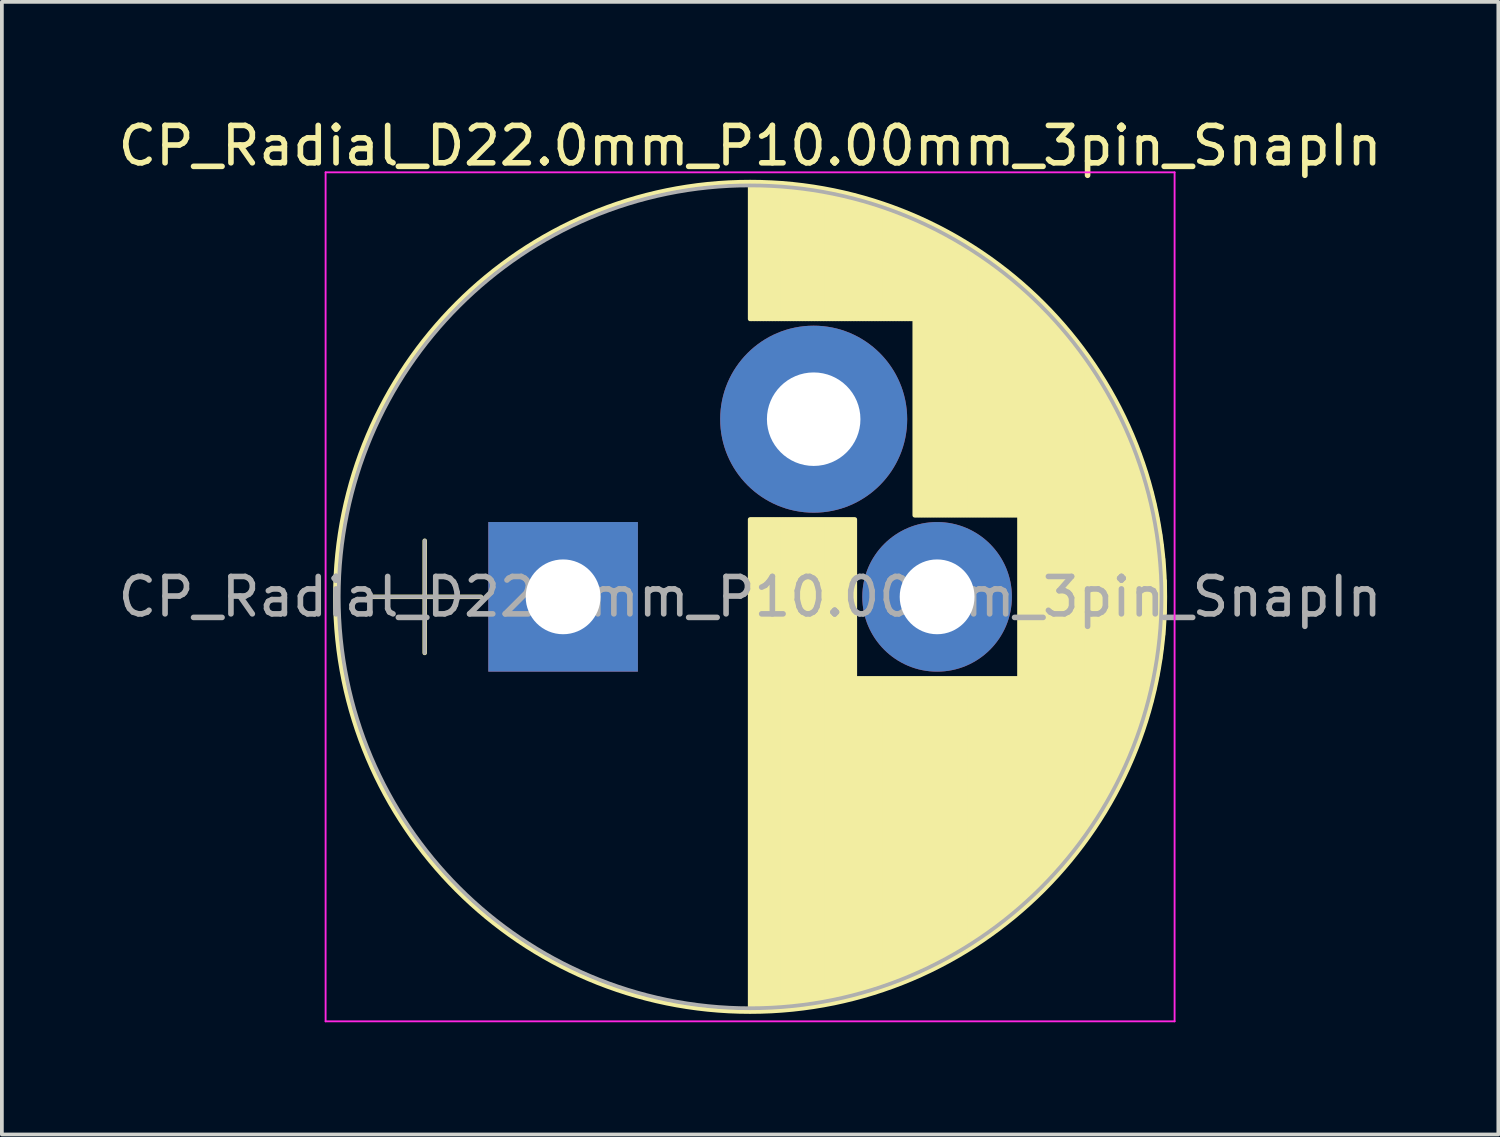
<source format=kicad_pcb>
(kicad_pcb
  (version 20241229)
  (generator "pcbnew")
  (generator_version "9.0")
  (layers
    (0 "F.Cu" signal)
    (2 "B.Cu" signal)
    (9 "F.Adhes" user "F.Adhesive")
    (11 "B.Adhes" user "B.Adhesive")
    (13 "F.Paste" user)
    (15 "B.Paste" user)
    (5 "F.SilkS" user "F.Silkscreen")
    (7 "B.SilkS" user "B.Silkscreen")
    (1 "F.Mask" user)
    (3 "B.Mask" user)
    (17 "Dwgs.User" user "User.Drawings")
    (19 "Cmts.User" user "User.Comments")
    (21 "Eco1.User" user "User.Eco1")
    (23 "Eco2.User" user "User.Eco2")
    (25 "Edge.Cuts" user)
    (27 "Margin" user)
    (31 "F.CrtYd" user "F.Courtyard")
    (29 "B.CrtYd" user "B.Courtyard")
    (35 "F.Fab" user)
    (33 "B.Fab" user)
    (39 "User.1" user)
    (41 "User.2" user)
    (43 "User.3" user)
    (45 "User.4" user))
  (footprint "CP_Radial_D22.0mm_P10.00mm_3pin_SnapIn"
    (layer "F.Cu")
    (at 12.006 12.908)
    (property "Reference" "CP_Radial_D22.0mm_P10.00mm_3pin_SnapIn" (at 5 -12.06 0) (layer "F.SilkS") (effects (font (size 1 1) (thickness 0.15))))
    (attr through_hole)
    (fp_line (start -5.2 0) (end -2.2 0) (stroke (width 0.12) (type solid)) (layer "F.SilkS"))
    (fp_line (start -3.7 -1.5) (end -3.7 1.5) (stroke (width 0.12) (type solid)) (layer "F.SilkS"))
    (fp_line (start 5 -11.05) (end 5 -7.43) (stroke (width 0.12) (type solid)) (layer "F.SilkS"))
    (fp_line (start 5 -2.07) (end 5 11.05) (stroke (width 0.12) (type solid)) (layer "F.SilkS"))
    (fp_line (start 5.04 -11.05) (end 5.04 -7.43) (stroke (width 0.12) (type solid)) (layer "F.SilkS"))
    (fp_line (start 5.04 -2.07) (end 5.04 11.05) (stroke (width 0.12) (type solid)) (layer "F.SilkS"))
    (fp_line (start 5.08 -11.05) (end 5.08 -7.43) (stroke (width 0.12) (type solid)) (layer "F.SilkS"))
    (fp_line (start 5.08 -2.07) (end 5.08 11.05) (stroke (width 0.12) (type solid)) (layer "F.SilkS"))
    (fp_line (start 5.12 -11.05) (end 5.12 -7.43) (stroke (width 0.12) (type solid)) (layer "F.SilkS"))
    (fp_line (start 5.12 -2.07) (end 5.12 11.05) (stroke (width 0.12) (type solid)) (layer "F.SilkS"))
    (fp_line (start 5.16 -11.049) (end 5.16 -7.43) (stroke (width 0.12) (type solid)) (layer "F.SilkS"))
    (fp_line (start 5.16 -2.07) (end 5.16 11.049) (stroke (width 0.12) (type solid)) (layer "F.SilkS"))
    (fp_line (start 5.2 -11.049) (end 5.2 -7.43) (stroke (width 0.12) (type solid)) (layer "F.SilkS"))
    (fp_line (start 5.2 -2.07) (end 5.2 11.049) (stroke (width 0.12) (type solid)) (layer "F.SilkS"))
    (fp_line (start 5.24 -11.048) (end 5.24 -7.43) (stroke (width 0.12) (type solid)) (layer "F.SilkS"))
    (fp_line (start 5.24 -2.07) (end 5.24 11.048) (stroke (width 0.12) (type solid)) (layer "F.SilkS"))
    (fp_line (start 5.28 -11.047) (end 5.28 -7.43) (stroke (width 0.12) (type solid)) (layer "F.SilkS"))
    (fp_line (start 5.28 -2.07) (end 5.28 11.047) (stroke (width 0.12) (type solid)) (layer "F.SilkS"))
    (fp_line (start 5.32 -11.046) (end 5.32 -7.43) (stroke (width 0.12) (type solid)) (layer "F.SilkS"))
    (fp_line (start 5.32 -2.07) (end 5.32 11.046) (stroke (width 0.12) (type solid)) (layer "F.SilkS"))
    (fp_line (start 5.36 -11.045) (end 5.36 -7.43) (stroke (width 0.12) (type solid)) (layer "F.SilkS"))
    (fp_line (start 5.36 -2.07) (end 5.36 11.045) (stroke (width 0.12) (type solid)) (layer "F.SilkS"))
    (fp_line (start 5.4 -11.043) (end 5.4 -7.43) (stroke (width 0.12) (type solid)) (layer "F.SilkS"))
    (fp_line (start 5.4 -2.07) (end 5.4 11.043) (stroke (width 0.12) (type solid)) (layer "F.SilkS"))
    (fp_line (start 5.44 -11.042) (end 5.44 -7.43) (stroke (width 0.12) (type solid)) (layer "F.SilkS"))
    (fp_line (start 5.44 -2.07) (end 5.44 11.042) (stroke (width 0.12) (type solid)) (layer "F.SilkS"))
    (fp_line (start 5.48 -11.04) (end 5.48 -7.43) (stroke (width 0.12) (type solid)) (layer "F.SilkS"))
    (fp_line (start 5.48 -2.07) (end 5.48 11.04) (stroke (width 0.12) (type solid)) (layer "F.SilkS"))
    (fp_line (start 5.52 -11.038) (end 5.52 -7.43) (stroke (width 0.12) (type solid)) (layer "F.SilkS"))
    (fp_line (start 5.52 -2.07) (end 5.52 11.038) (stroke (width 0.12) (type solid)) (layer "F.SilkS"))
    (fp_line (start 5.56 -11.036) (end 5.56 -7.43) (stroke (width 0.12) (type solid)) (layer "F.SilkS"))
    (fp_line (start 5.56 -2.07) (end 5.56 11.036) (stroke (width 0.12) (type solid)) (layer "F.SilkS"))
    (fp_line (start 5.6 -11.034) (end 5.6 -7.43) (stroke (width 0.12) (type solid)) (layer "F.SilkS"))
    (fp_line (start 5.6 -2.07) (end 5.6 11.034) (stroke (width 0.12) (type solid)) (layer "F.SilkS"))
    (fp_line (start 5.64 -11.032) (end 5.64 -7.43) (stroke (width 0.12) (type solid)) (layer "F.SilkS"))
    (fp_line (start 5.64 -2.07) (end 5.64 11.032) (stroke (width 0.12) (type solid)) (layer "F.SilkS"))
    (fp_line (start 5.68 -11.03) (end 5.68 -7.43) (stroke (width 0.12) (type solid)) (layer "F.SilkS"))
    (fp_line (start 5.68 -2.07) (end 5.68 11.03) (stroke (width 0.12) (type solid)) (layer "F.SilkS"))
    (fp_line (start 5.721 -11.027) (end 5.721 -7.43) (stroke (width 0.12) (type solid)) (layer "F.SilkS"))
    (fp_line (start 5.721 -2.07) (end 5.721 11.027) (stroke (width 0.12) (type solid)) (layer "F.SilkS"))
    (fp_line (start 5.761 -11.024) (end 5.761 -7.43) (stroke (width 0.12) (type solid)) (layer "F.SilkS"))
    (fp_line (start 5.761 -2.07) (end 5.761 11.024) (stroke (width 0.12) (type solid)) (layer "F.SilkS"))
    (fp_line (start 5.801 -11.022) (end 5.801 -7.43) (stroke (width 0.12) (type solid)) (layer "F.SilkS"))
    (fp_line (start 5.801 -2.07) (end 5.801 11.022) (stroke (width 0.12) (type solid)) (layer "F.SilkS"))
    (fp_line (start 5.841 -11.019) (end 5.841 -7.43) (stroke (width 0.12) (type solid)) (layer "F.SilkS"))
    (fp_line (start 5.841 -2.07) (end 5.841 11.019) (stroke (width 0.12) (type solid)) (layer "F.SilkS"))
    (fp_line (start 5.881 -11.016) (end 5.881 -7.43) (stroke (width 0.12) (type solid)) (layer "F.SilkS"))
    (fp_line (start 5.881 -2.07) (end 5.881 11.016) (stroke (width 0.12) (type solid)) (layer "F.SilkS"))
    (fp_line (start 5.921 -11.012) (end 5.921 -7.43) (stroke (width 0.12) (type solid)) (layer "F.SilkS"))
    (fp_line (start 5.921 -2.07) (end 5.921 11.012) (stroke (width 0.12) (type solid)) (layer "F.SilkS"))
    (fp_line (start 5.961 -11.009) (end 5.961 -7.43) (stroke (width 0.12) (type solid)) (layer "F.SilkS"))
    (fp_line (start 5.961 -2.07) (end 5.961 11.009) (stroke (width 0.12) (type solid)) (layer "F.SilkS"))
    (fp_line (start 6.001 -11.005) (end 6.001 -7.43) (stroke (width 0.12) (type solid)) (layer "F.SilkS"))
    (fp_line (start 6.001 -2.07) (end 6.001 11.005) (stroke (width 0.12) (type solid)) (layer "F.SilkS"))
    (fp_line (start 6.041 -11.002) (end 6.041 -7.43) (stroke (width 0.12) (type solid)) (layer "F.SilkS"))
    (fp_line (start 6.041 -2.07) (end 6.041 11.002) (stroke (width 0.12) (type solid)) (layer "F.SilkS"))
    (fp_line (start 6.081 -10.998) (end 6.081 -7.43) (stroke (width 0.12) (type solid)) (layer "F.SilkS"))
    (fp_line (start 6.081 -2.07) (end 6.081 10.998) (stroke (width 0.12) (type solid)) (layer "F.SilkS"))
    (fp_line (start 6.121 -10.994) (end 6.121 -7.43) (stroke (width 0.12) (type solid)) (layer "F.SilkS"))
    (fp_line (start 6.121 -2.07) (end 6.121 10.994) (stroke (width 0.12) (type solid)) (layer "F.SilkS"))
    (fp_line (start 6.161 -10.99) (end 6.161 -7.43) (stroke (width 0.12) (type solid)) (layer "F.SilkS"))
    (fp_line (start 6.161 -2.07) (end 6.161 10.99) (stroke (width 0.12) (type solid)) (layer "F.SilkS"))
    (fp_line (start 6.201 -10.985) (end 6.201 -7.43) (stroke (width 0.12) (type solid)) (layer "F.SilkS"))
    (fp_line (start 6.201 -2.07) (end 6.201 10.985) (stroke (width 0.12) (type solid)) (layer "F.SilkS"))
    (fp_line (start 6.241 -10.981) (end 6.241 -7.43) (stroke (width 0.12) (type solid)) (layer "F.SilkS"))
    (fp_line (start 6.241 -2.07) (end 6.241 10.981) (stroke (width 0.12) (type solid)) (layer "F.SilkS"))
    (fp_line (start 6.281 -10.976) (end 6.281 -7.43) (stroke (width 0.12) (type solid)) (layer "F.SilkS"))
    (fp_line (start 6.281 -2.07) (end 6.281 10.976) (stroke (width 0.12) (type solid)) (layer "F.SilkS"))
    (fp_line (start 6.321 -10.972) (end 6.321 -7.43) (stroke (width 0.12) (type solid)) (layer "F.SilkS"))
    (fp_line (start 6.321 -2.07) (end 6.321 10.972) (stroke (width 0.12) (type solid)) (layer "F.SilkS"))
    (fp_line (start 6.361 -10.967) (end 6.361 -7.43) (stroke (width 0.12) (type solid)) (layer "F.SilkS"))
    (fp_line (start 6.361 -2.07) (end 6.361 10.967) (stroke (width 0.12) (type solid)) (layer "F.SilkS"))
    (fp_line (start 6.401 -10.962) (end 6.401 -7.43) (stroke (width 0.12) (type solid)) (layer "F.SilkS"))
    (fp_line (start 6.401 -2.07) (end 6.401 10.962) (stroke (width 0.12) (type solid)) (layer "F.SilkS"))
    (fp_line (start 6.441 -10.957) (end 6.441 -7.43) (stroke (width 0.12) (type solid)) (layer "F.SilkS"))
    (fp_line (start 6.441 -2.07) (end 6.441 10.957) (stroke (width 0.12) (type solid)) (layer "F.SilkS"))
    (fp_line (start 6.481 -10.951) (end 6.481 -7.43) (stroke (width 0.12) (type solid)) (layer "F.SilkS"))
    (fp_line (start 6.481 -2.07) (end 6.481 10.951) (stroke (width 0.12) (type solid)) (layer "F.SilkS"))
    (fp_line (start 6.521 -10.946) (end 6.521 -7.43) (stroke (width 0.12) (type solid)) (layer "F.SilkS"))
    (fp_line (start 6.521 -2.07) (end 6.521 10.946) (stroke (width 0.12) (type solid)) (layer "F.SilkS"))
    (fp_line (start 6.561 -10.94) (end 6.561 -7.43) (stroke (width 0.12) (type solid)) (layer "F.SilkS"))
    (fp_line (start 6.561 -2.07) (end 6.561 10.94) (stroke (width 0.12) (type solid)) (layer "F.SilkS"))
    (fp_line (start 6.601 -10.934) (end 6.601 -7.43) (stroke (width 0.12) (type solid)) (layer "F.SilkS"))
    (fp_line (start 6.601 -2.07) (end 6.601 10.934) (stroke (width 0.12) (type solid)) (layer "F.SilkS"))
    (fp_line (start 6.641 -10.929) (end 6.641 -7.43) (stroke (width 0.12) (type solid)) (layer "F.SilkS"))
    (fp_line (start 6.641 -2.07) (end 6.641 10.929) (stroke (width 0.12) (type solid)) (layer "F.SilkS"))
    (fp_line (start 6.681 -10.923) (end 6.681 -7.43) (stroke (width 0.12) (type solid)) (layer "F.SilkS"))
    (fp_line (start 6.681 -2.07) (end 6.681 10.923) (stroke (width 0.12) (type solid)) (layer "F.SilkS"))
    (fp_line (start 6.721 -10.916) (end 6.721 -7.43) (stroke (width 0.12) (type solid)) (layer "F.SilkS"))
    (fp_line (start 6.721 -2.07) (end 6.721 10.916) (stroke (width 0.12) (type solid)) (layer "F.SilkS"))
    (fp_line (start 6.761 -10.91) (end 6.761 -7.43) (stroke (width 0.12) (type solid)) (layer "F.SilkS"))
    (fp_line (start 6.761 -2.07) (end 6.761 10.91) (stroke (width 0.12) (type solid)) (layer "F.SilkS"))
    (fp_line (start 6.801 -10.903) (end 6.801 -7.43) (stroke (width 0.12) (type solid)) (layer "F.SilkS"))
    (fp_line (start 6.801 -2.07) (end 6.801 10.903) (stroke (width 0.12) (type solid)) (layer "F.SilkS"))
    (fp_line (start 6.841 -10.897) (end 6.841 -7.43) (stroke (width 0.12) (type solid)) (layer "F.SilkS"))
    (fp_line (start 6.841 -2.07) (end 6.841 10.897) (stroke (width 0.12) (type solid)) (layer "F.SilkS"))
    (fp_line (start 6.881 -10.89) (end 6.881 -7.43) (stroke (width 0.12) (type solid)) (layer "F.SilkS"))
    (fp_line (start 6.881 -2.07) (end 6.881 10.89) (stroke (width 0.12) (type solid)) (layer "F.SilkS"))
    (fp_line (start 6.921 -10.883) (end 6.921 -7.43) (stroke (width 0.12) (type solid)) (layer "F.SilkS"))
    (fp_line (start 6.921 -2.07) (end 6.921 10.883) (stroke (width 0.12) (type solid)) (layer "F.SilkS"))
    (fp_line (start 6.961 -10.876) (end 6.961 -7.43) (stroke (width 0.12) (type solid)) (layer "F.SilkS"))
    (fp_line (start 6.961 -2.07) (end 6.961 10.876) (stroke (width 0.12) (type solid)) (layer "F.SilkS"))
    (fp_line (start 7.001 -10.869) (end 7.001 -7.43) (stroke (width 0.12) (type solid)) (layer "F.SilkS"))
    (fp_line (start 7.001 -2.07) (end 7.001 10.869) (stroke (width 0.12) (type solid)) (layer "F.SilkS"))
    (fp_line (start 7.041 -10.861) (end 7.041 -7.43) (stroke (width 0.12) (type solid)) (layer "F.SilkS"))
    (fp_line (start 7.041 -2.07) (end 7.041 10.861) (stroke (width 0.12) (type solid)) (layer "F.SilkS"))
    (fp_line (start 7.081 -10.854) (end 7.081 -7.43) (stroke (width 0.12) (type solid)) (layer "F.SilkS"))
    (fp_line (start 7.081 -2.07) (end 7.081 10.854) (stroke (width 0.12) (type solid)) (layer "F.SilkS"))
    (fp_line (start 7.121 -10.846) (end 7.121 -7.43) (stroke (width 0.12) (type solid)) (layer "F.SilkS"))
    (fp_line (start 7.121 -2.07) (end 7.121 10.846) (stroke (width 0.12) (type solid)) (layer "F.SilkS"))
    (fp_line (start 7.161 -10.838) (end 7.161 -7.43) (stroke (width 0.12) (type solid)) (layer "F.SilkS"))
    (fp_line (start 7.161 -2.07) (end 7.161 10.838) (stroke (width 0.12) (type solid)) (layer "F.SilkS"))
    (fp_line (start 7.201 -10.83) (end 7.201 -7.43) (stroke (width 0.12) (type solid)) (layer "F.SilkS"))
    (fp_line (start 7.201 -2.07) (end 7.201 10.83) (stroke (width 0.12) (type solid)) (layer "F.SilkS"))
    (fp_line (start 7.241 -10.822) (end 7.241 -7.43) (stroke (width 0.12) (type solid)) (layer "F.SilkS"))
    (fp_line (start 7.241 -2.07) (end 7.241 10.822) (stroke (width 0.12) (type solid)) (layer "F.SilkS"))
    (fp_line (start 7.281 -10.814) (end 7.281 -7.43) (stroke (width 0.12) (type solid)) (layer "F.SilkS"))
    (fp_line (start 7.281 -2.07) (end 7.281 10.814) (stroke (width 0.12) (type solid)) (layer "F.SilkS"))
    (fp_line (start 7.321 -10.805) (end 7.321 -7.43) (stroke (width 0.12) (type solid)) (layer "F.SilkS"))
    (fp_line (start 7.321 -2.07) (end 7.321 10.805) (stroke (width 0.12) (type solid)) (layer "F.SilkS"))
    (fp_line (start 7.361 -10.796) (end 7.361 -7.43) (stroke (width 0.12) (type solid)) (layer "F.SilkS"))
    (fp_line (start 7.361 -2.07) (end 7.361 10.796) (stroke (width 0.12) (type solid)) (layer "F.SilkS"))
    (fp_line (start 7.401 -10.788) (end 7.401 -7.43) (stroke (width 0.12) (type solid)) (layer "F.SilkS"))
    (fp_line (start 7.401 -2.07) (end 7.401 10.788) (stroke (width 0.12) (type solid)) (layer "F.SilkS"))
    (fp_line (start 7.441 -10.779) (end 7.441 -7.43) (stroke (width 0.12) (type solid)) (layer "F.SilkS"))
    (fp_line (start 7.441 -2.07) (end 7.441 10.779) (stroke (width 0.12) (type solid)) (layer "F.SilkS"))
    (fp_line (start 7.481 -10.77) (end 7.481 -7.43) (stroke (width 0.12) (type solid)) (layer "F.SilkS"))
    (fp_line (start 7.481 -2.07) (end 7.481 10.77) (stroke (width 0.12) (type solid)) (layer "F.SilkS"))
    (fp_line (start 7.521 -10.76) (end 7.521 -7.43) (stroke (width 0.12) (type solid)) (layer "F.SilkS"))
    (fp_line (start 7.521 -2.07) (end 7.521 10.76) (stroke (width 0.12) (type solid)) (layer "F.SilkS"))
    (fp_line (start 7.561 -10.751) (end 7.561 -7.43) (stroke (width 0.12) (type solid)) (layer "F.SilkS"))
    (fp_line (start 7.561 -2.07) (end 7.561 10.751) (stroke (width 0.12) (type solid)) (layer "F.SilkS"))
    (fp_line (start 7.601 -10.741) (end 7.601 -7.43) (stroke (width 0.12) (type solid)) (layer "F.SilkS"))
    (fp_line (start 7.601 -2.07) (end 7.601 10.741) (stroke (width 0.12) (type solid)) (layer "F.SilkS"))
    (fp_line (start 7.641 -10.732) (end 7.641 -7.43) (stroke (width 0.12) (type solid)) (layer "F.SilkS"))
    (fp_line (start 7.641 -2.07) (end 7.641 10.732) (stroke (width 0.12) (type solid)) (layer "F.SilkS"))
    (fp_line (start 7.681 -10.722) (end 7.681 -7.43) (stroke (width 0.12) (type solid)) (layer "F.SilkS"))
    (fp_line (start 7.681 -2.07) (end 7.681 10.722) (stroke (width 0.12) (type solid)) (layer "F.SilkS"))
    (fp_line (start 7.721 -10.712) (end 7.721 -7.43) (stroke (width 0.12) (type solid)) (layer "F.SilkS"))
    (fp_line (start 7.721 -2.07) (end 7.721 10.712) (stroke (width 0.12) (type solid)) (layer "F.SilkS"))
    (fp_line (start 7.761 -10.702) (end 7.761 -7.43) (stroke (width 0.12) (type solid)) (layer "F.SilkS"))
    (fp_line (start 7.761 -2.07) (end 7.761 10.702) (stroke (width 0.12) (type solid)) (layer "F.SilkS"))
    (fp_line (start 7.801 -10.691) (end 7.801 -7.43) (stroke (width 0.12) (type solid)) (layer "F.SilkS"))
    (fp_line (start 7.801 -2.07) (end 7.801 10.691) (stroke (width 0.12) (type solid)) (layer "F.SilkS"))
    (fp_line (start 7.841 -10.681) (end 7.841 -7.43) (stroke (width 0.12) (type solid)) (layer "F.SilkS"))
    (fp_line (start 7.841 2.18) (end 7.841 10.681) (stroke (width 0.12) (type solid)) (layer "F.SilkS"))
    (fp_line (start 7.881 -10.67) (end 7.881 -7.43) (stroke (width 0.12) (type solid)) (layer "F.SilkS"))
    (fp_line (start 7.881 2.18) (end 7.881 10.67) (stroke (width 0.12) (type solid)) (layer "F.SilkS"))
    (fp_line (start 7.921 -10.659) (end 7.921 -7.43) (stroke (width 0.12) (type solid)) (layer "F.SilkS"))
    (fp_line (start 7.921 2.18) (end 7.921 10.659) (stroke (width 0.12) (type solid)) (layer "F.SilkS"))
    (fp_line (start 7.961 -10.648) (end 7.961 -7.43) (stroke (width 0.12) (type solid)) (layer "F.SilkS"))
    (fp_line (start 7.961 2.18) (end 7.961 10.648) (stroke (width 0.12) (type solid)) (layer "F.SilkS"))
    (fp_line (start 8.001 -10.637) (end 8.001 -7.43) (stroke (width 0.12) (type solid)) (layer "F.SilkS"))
    (fp_line (start 8.001 2.18) (end 8.001 10.637) (stroke (width 0.12) (type solid)) (layer "F.SilkS"))
    (fp_line (start 8.041 -10.626) (end 8.041 -7.43) (stroke (width 0.12) (type solid)) (layer "F.SilkS"))
    (fp_line (start 8.041 2.18) (end 8.041 10.626) (stroke (width 0.12) (type solid)) (layer "F.SilkS"))
    (fp_line (start 8.081 -10.614) (end 8.081 -7.43) (stroke (width 0.12) (type solid)) (layer "F.SilkS"))
    (fp_line (start 8.081 2.18) (end 8.081 10.614) (stroke (width 0.12) (type solid)) (layer "F.SilkS"))
    (fp_line (start 8.121 -10.603) (end 8.121 -7.43) (stroke (width 0.12) (type solid)) (layer "F.SilkS"))
    (fp_line (start 8.121 2.18) (end 8.121 10.603) (stroke (width 0.12) (type solid)) (layer "F.SilkS"))
    (fp_line (start 8.161 -10.591) (end 8.161 -7.43) (stroke (width 0.12) (type solid)) (layer "F.SilkS"))
    (fp_line (start 8.161 2.18) (end 8.161 10.591) (stroke (width 0.12) (type solid)) (layer "F.SilkS"))
    (fp_line (start 8.201 -10.579) (end 8.201 -7.43) (stroke (width 0.12) (type solid)) (layer "F.SilkS"))
    (fp_line (start 8.201 2.18) (end 8.201 10.579) (stroke (width 0.12) (type solid)) (layer "F.SilkS"))
    (fp_line (start 8.241 -10.567) (end 8.241 -7.43) (stroke (width 0.12) (type solid)) (layer "F.SilkS"))
    (fp_line (start 8.241 2.18) (end 8.241 10.567) (stroke (width 0.12) (type solid)) (layer "F.SilkS"))
    (fp_line (start 8.281 -10.554) (end 8.281 -7.43) (stroke (width 0.12) (type solid)) (layer "F.SilkS"))
    (fp_line (start 8.281 2.18) (end 8.281 10.554) (stroke (width 0.12) (type solid)) (layer "F.SilkS"))
    (fp_line (start 8.321 -10.542) (end 8.321 -7.43) (stroke (width 0.12) (type solid)) (layer "F.SilkS"))
    (fp_line (start 8.321 2.18) (end 8.321 10.542) (stroke (width 0.12) (type solid)) (layer "F.SilkS"))
    (fp_line (start 8.361 -10.529) (end 8.361 -7.43) (stroke (width 0.12) (type solid)) (layer "F.SilkS"))
    (fp_line (start 8.361 2.18) (end 8.361 10.529) (stroke (width 0.12) (type solid)) (layer "F.SilkS"))
    (fp_line (start 8.401 -10.516) (end 8.401 -7.43) (stroke (width 0.12) (type solid)) (layer "F.SilkS"))
    (fp_line (start 8.401 2.18) (end 8.401 10.516) (stroke (width 0.12) (type solid)) (layer "F.SilkS"))
    (fp_line (start 8.441 -10.503) (end 8.441 -7.43) (stroke (width 0.12) (type solid)) (layer "F.SilkS"))
    (fp_line (start 8.441 2.18) (end 8.441 10.503) (stroke (width 0.12) (type solid)) (layer "F.SilkS"))
    (fp_line (start 8.481 -10.49) (end 8.481 -7.43) (stroke (width 0.12) (type solid)) (layer "F.SilkS"))
    (fp_line (start 8.481 2.18) (end 8.481 10.49) (stroke (width 0.12) (type solid)) (layer "F.SilkS"))
    (fp_line (start 8.521 -10.477) (end 8.521 -7.43) (stroke (width 0.12) (type solid)) (layer "F.SilkS"))
    (fp_line (start 8.521 2.18) (end 8.521 10.477) (stroke (width 0.12) (type solid)) (layer "F.SilkS"))
    (fp_line (start 8.561 -10.464) (end 8.561 -7.43) (stroke (width 0.12) (type solid)) (layer "F.SilkS"))
    (fp_line (start 8.561 2.18) (end 8.561 10.464) (stroke (width 0.12) (type solid)) (layer "F.SilkS"))
    (fp_line (start 8.601 -10.45) (end 8.601 -7.43) (stroke (width 0.12) (type solid)) (layer "F.SilkS"))
    (fp_line (start 8.601 2.18) (end 8.601 10.45) (stroke (width 0.12) (type solid)) (layer "F.SilkS"))
    (fp_line (start 8.641 -10.436) (end 8.641 -7.43) (stroke (width 0.12) (type solid)) (layer "F.SilkS"))
    (fp_line (start 8.641 2.18) (end 8.641 10.436) (stroke (width 0.12) (type solid)) (layer "F.SilkS"))
    (fp_line (start 8.681 -10.422) (end 8.681 -7.43) (stroke (width 0.12) (type solid)) (layer "F.SilkS"))
    (fp_line (start 8.681 2.18) (end 8.681 10.422) (stroke (width 0.12) (type solid)) (layer "F.SilkS"))
    (fp_line (start 8.721 -10.408) (end 8.721 -7.43) (stroke (width 0.12) (type solid)) (layer "F.SilkS"))
    (fp_line (start 8.721 2.18) (end 8.721 10.408) (stroke (width 0.12) (type solid)) (layer "F.SilkS"))
    (fp_line (start 8.761 -10.394) (end 8.761 -7.43) (stroke (width 0.12) (type solid)) (layer "F.SilkS"))
    (fp_line (start 8.761 2.18) (end 8.761 10.394) (stroke (width 0.12) (type solid)) (layer "F.SilkS"))
    (fp_line (start 8.801 -10.379) (end 8.801 -7.43) (stroke (width 0.12) (type solid)) (layer "F.SilkS"))
    (fp_line (start 8.801 2.18) (end 8.801 10.379) (stroke (width 0.12) (type solid)) (layer "F.SilkS"))
    (fp_line (start 8.841 -10.364) (end 8.841 -7.43) (stroke (width 0.12) (type solid)) (layer "F.SilkS"))
    (fp_line (start 8.841 2.18) (end 8.841 10.364) (stroke (width 0.12) (type solid)) (layer "F.SilkS"))
    (fp_line (start 8.881 -10.35) (end 8.881 -7.43) (stroke (width 0.12) (type solid)) (layer "F.SilkS"))
    (fp_line (start 8.881 2.18) (end 8.881 10.35) (stroke (width 0.12) (type solid)) (layer "F.SilkS"))
    (fp_line (start 8.921 -10.335) (end 8.921 -7.43) (stroke (width 0.12) (type solid)) (layer "F.SilkS"))
    (fp_line (start 8.921 2.18) (end 8.921 10.335) (stroke (width 0.12) (type solid)) (layer "F.SilkS"))
    (fp_line (start 8.961 -10.319) (end 8.961 -7.43) (stroke (width 0.12) (type solid)) (layer "F.SilkS"))
    (fp_line (start 8.961 2.18) (end 8.961 10.319) (stroke (width 0.12) (type solid)) (layer "F.SilkS"))
    (fp_line (start 9.001 -10.304) (end 9.001 -7.43) (stroke (width 0.12) (type solid)) (layer "F.SilkS"))
    (fp_line (start 9.001 2.18) (end 9.001 10.304) (stroke (width 0.12) (type solid)) (layer "F.SilkS"))
    (fp_line (start 9.041 -10.288) (end 9.041 -7.43) (stroke (width 0.12) (type solid)) (layer "F.SilkS"))
    (fp_line (start 9.041 2.18) (end 9.041 10.288) (stroke (width 0.12) (type solid)) (layer "F.SilkS"))
    (fp_line (start 9.081 -10.273) (end 9.081 -7.43) (stroke (width 0.12) (type solid)) (layer "F.SilkS"))
    (fp_line (start 9.081 2.18) (end 9.081 10.273) (stroke (width 0.12) (type solid)) (layer "F.SilkS"))
    (fp_line (start 9.121 -10.257) (end 9.121 -7.43) (stroke (width 0.12) (type solid)) (layer "F.SilkS"))
    (fp_line (start 9.121 2.18) (end 9.121 10.257) (stroke (width 0.12) (type solid)) (layer "F.SilkS"))
    (fp_line (start 9.161 -10.241) (end 9.161 -7.43) (stroke (width 0.12) (type solid)) (layer "F.SilkS"))
    (fp_line (start 9.161 2.18) (end 9.161 10.241) (stroke (width 0.12) (type solid)) (layer "F.SilkS"))
    (fp_line (start 9.201 -10.224) (end 9.201 -7.43) (stroke (width 0.12) (type solid)) (layer "F.SilkS"))
    (fp_line (start 9.201 2.18) (end 9.201 10.224) (stroke (width 0.12) (type solid)) (layer "F.SilkS"))
    (fp_line (start 9.241 -10.208) (end 9.241 -7.43) (stroke (width 0.12) (type solid)) (layer "F.SilkS"))
    (fp_line (start 9.241 2.18) (end 9.241 10.208) (stroke (width 0.12) (type solid)) (layer "F.SilkS"))
    (fp_line (start 9.281 -10.191) (end 9.281 -7.43) (stroke (width 0.12) (type solid)) (layer "F.SilkS"))
    (fp_line (start 9.281 2.18) (end 9.281 10.191) (stroke (width 0.12) (type solid)) (layer "F.SilkS"))
    (fp_line (start 9.321 -10.174) (end 9.321 -7.43) (stroke (width 0.12) (type solid)) (layer "F.SilkS"))
    (fp_line (start 9.321 2.18) (end 9.321 10.174) (stroke (width 0.12) (type solid)) (layer "F.SilkS"))
    (fp_line (start 9.361 -10.157) (end 9.361 -7.43) (stroke (width 0.12) (type solid)) (layer "F.SilkS"))
    (fp_line (start 9.361 2.18) (end 9.361 10.157) (stroke (width 0.12) (type solid)) (layer "F.SilkS"))
    (fp_line (start 9.401 -10.14) (end 9.401 -2.18) (stroke (width 0.12) (type solid)) (layer "F.SilkS"))
    (fp_line (start 9.401 2.18) (end 9.401 10.14) (stroke (width 0.12) (type solid)) (layer "F.SilkS"))
    (fp_line (start 9.441 -10.123) (end 9.441 -2.18) (stroke (width 0.12) (type solid)) (layer "F.SilkS"))
    (fp_line (start 9.441 2.18) (end 9.441 10.123) (stroke (width 0.12) (type solid)) (layer "F.SilkS"))
    (fp_line (start 9.481 -10.105) (end 9.481 -2.18) (stroke (width 0.12) (type solid)) (layer "F.SilkS"))
    (fp_line (start 9.481 2.18) (end 9.481 10.105) (stroke (width 0.12) (type solid)) (layer "F.SilkS"))
    (fp_line (start 9.521 -10.088) (end 9.521 -2.18) (stroke (width 0.12) (type solid)) (layer "F.SilkS"))
    (fp_line (start 9.521 2.18) (end 9.521 10.088) (stroke (width 0.12) (type solid)) (layer "F.SilkS"))
    (fp_line (start 9.561 -10.07) (end 9.561 -2.18) (stroke (width 0.12) (type solid)) (layer "F.SilkS"))
    (fp_line (start 9.561 2.18) (end 9.561 10.07) (stroke (width 0.12) (type solid)) (layer "F.SilkS"))
    (fp_line (start 9.601 -10.051) (end 9.601 -2.18) (stroke (width 0.12) (type solid)) (layer "F.SilkS"))
    (fp_line (start 9.601 2.18) (end 9.601 10.051) (stroke (width 0.12) (type solid)) (layer "F.SilkS"))
    (fp_line (start 9.641 -10.033) (end 9.641 -2.18) (stroke (width 0.12) (type solid)) (layer "F.SilkS"))
    (fp_line (start 9.641 2.18) (end 9.641 10.033) (stroke (width 0.12) (type solid)) (layer "F.SilkS"))
    (fp_line (start 9.681 -10.015) (end 9.681 -2.18) (stroke (width 0.12) (type solid)) (layer "F.SilkS"))
    (fp_line (start 9.681 2.18) (end 9.681 10.015) (stroke (width 0.12) (type solid)) (layer "F.SilkS"))
    (fp_line (start 9.721 -9.996) (end 9.721 -2.18) (stroke (width 0.12) (type solid)) (layer "F.SilkS"))
    (fp_line (start 9.721 2.18) (end 9.721 9.996) (stroke (width 0.12) (type solid)) (layer "F.SilkS"))
    (fp_line (start 9.761 -9.977) (end 9.761 -2.18) (stroke (width 0.12) (type solid)) (layer "F.SilkS"))
    (fp_line (start 9.761 2.18) (end 9.761 9.977) (stroke (width 0.12) (type solid)) (layer "F.SilkS"))
    (fp_line (start 9.801 -9.958) (end 9.801 -2.18) (stroke (width 0.12) (type solid)) (layer "F.SilkS"))
    (fp_line (start 9.801 2.18) (end 9.801 9.958) (stroke (width 0.12) (type solid)) (layer "F.SilkS"))
    (fp_line (start 9.841 -9.939) (end 9.841 -2.18) (stroke (width 0.12) (type solid)) (layer "F.SilkS"))
    (fp_line (start 9.841 2.18) (end 9.841 9.939) (stroke (width 0.12) (type solid)) (layer "F.SilkS"))
    (fp_line (start 9.881 -9.919) (end 9.881 -2.18) (stroke (width 0.12) (type solid)) (layer "F.SilkS"))
    (fp_line (start 9.881 2.18) (end 9.881 9.919) (stroke (width 0.12) (type solid)) (layer "F.SilkS"))
    (fp_line (start 9.921 -9.899) (end 9.921 -2.18) (stroke (width 0.12) (type solid)) (layer "F.SilkS"))
    (fp_line (start 9.921 2.18) (end 9.921 9.899) (stroke (width 0.12) (type solid)) (layer "F.SilkS"))
    (fp_line (start 9.961 -9.879) (end 9.961 -2.18) (stroke (width 0.12) (type solid)) (layer "F.SilkS"))
    (fp_line (start 9.961 2.18) (end 9.961 9.879) (stroke (width 0.12) (type solid)) (layer "F.SilkS"))
    (fp_line (start 10.001 -9.859) (end 10.001 -2.18) (stroke (width 0.12) (type solid)) (layer "F.SilkS"))
    (fp_line (start 10.001 2.18) (end 10.001 9.859) (stroke (width 0.12) (type solid)) (layer "F.SilkS"))
    (fp_line (start 10.041 -9.839) (end 10.041 -2.18) (stroke (width 0.12) (type solid)) (layer "F.SilkS"))
    (fp_line (start 10.041 2.18) (end 10.041 9.839) (stroke (width 0.12) (type solid)) (layer "F.SilkS"))
    (fp_line (start 10.081 -9.819) (end 10.081 -2.18) (stroke (width 0.12) (type solid)) (layer "F.SilkS"))
    (fp_line (start 10.081 2.18) (end 10.081 9.819) (stroke (width 0.12) (type solid)) (layer "F.SilkS"))
    (fp_line (start 10.121 -9.798) (end 10.121 -2.18) (stroke (width 0.12) (type solid)) (layer "F.SilkS"))
    (fp_line (start 10.121 2.18) (end 10.121 9.798) (stroke (width 0.12) (type solid)) (layer "F.SilkS"))
    (fp_line (start 10.161 -9.777) (end 10.161 -2.18) (stroke (width 0.12) (type solid)) (layer "F.SilkS"))
    (fp_line (start 10.161 2.18) (end 10.161 9.777) (stroke (width 0.12) (type solid)) (layer "F.SilkS"))
    (fp_line (start 10.201 -9.756) (end 10.201 -2.18) (stroke (width 0.12) (type solid)) (layer "F.SilkS"))
    (fp_line (start 10.201 2.18) (end 10.201 9.756) (stroke (width 0.12) (type solid)) (layer "F.SilkS"))
    (fp_line (start 10.241 -9.734) (end 10.241 -2.18) (stroke (width 0.12) (type solid)) (layer "F.SilkS"))
    (fp_line (start 10.241 2.18) (end 10.241 9.734) (stroke (width 0.12) (type solid)) (layer "F.SilkS"))
    (fp_line (start 10.281 -9.713) (end 10.281 -2.18) (stroke (width 0.12) (type solid)) (layer "F.SilkS"))
    (fp_line (start 10.281 2.18) (end 10.281 9.713) (stroke (width 0.12) (type solid)) (layer "F.SilkS"))
    (fp_line (start 10.321 -9.691) (end 10.321 -2.18) (stroke (width 0.12) (type solid)) (layer "F.SilkS"))
    (fp_line (start 10.321 2.18) (end 10.321 9.691) (stroke (width 0.12) (type solid)) (layer "F.SilkS"))
    (fp_line (start 10.361 -9.669) (end 10.361 -2.18) (stroke (width 0.12) (type solid)) (layer "F.SilkS"))
    (fp_line (start 10.361 2.18) (end 10.361 9.669) (stroke (width 0.12) (type solid)) (layer "F.SilkS"))
    (fp_line (start 10.401 -9.647) (end 10.401 -2.18) (stroke (width 0.12) (type solid)) (layer "F.SilkS"))
    (fp_line (start 10.401 2.18) (end 10.401 9.647) (stroke (width 0.12) (type solid)) (layer "F.SilkS"))
    (fp_line (start 10.441 -9.625) (end 10.441 -2.18) (stroke (width 0.12) (type solid)) (layer "F.SilkS"))
    (fp_line (start 10.441 2.18) (end 10.441 9.625) (stroke (width 0.12) (type solid)) (layer "F.SilkS"))
    (fp_line (start 10.481 -9.602) (end 10.481 -2.18) (stroke (width 0.12) (type solid)) (layer "F.SilkS"))
    (fp_line (start 10.481 2.18) (end 10.481 9.602) (stroke (width 0.12) (type solid)) (layer "F.SilkS"))
    (fp_line (start 10.521 -9.579) (end 10.521 -2.18) (stroke (width 0.12) (type solid)) (layer "F.SilkS"))
    (fp_line (start 10.521 2.18) (end 10.521 9.579) (stroke (width 0.12) (type solid)) (layer "F.SilkS"))
    (fp_line (start 10.561 -9.556) (end 10.561 -2.18) (stroke (width 0.12) (type solid)) (layer "F.SilkS"))
    (fp_line (start 10.561 2.18) (end 10.561 9.556) (stroke (width 0.12) (type solid)) (layer "F.SilkS"))
    (fp_line (start 10.601 -9.533) (end 10.601 -2.18) (stroke (width 0.12) (type solid)) (layer "F.SilkS"))
    (fp_line (start 10.601 2.18) (end 10.601 9.533) (stroke (width 0.12) (type solid)) (layer "F.SilkS"))
    (fp_line (start 10.641 -9.509) (end 10.641 -2.18) (stroke (width 0.12) (type solid)) (layer "F.SilkS"))
    (fp_line (start 10.641 2.18) (end 10.641 9.509) (stroke (width 0.12) (type solid)) (layer "F.SilkS"))
    (fp_line (start 10.681 -9.486) (end 10.681 -2.18) (stroke (width 0.12) (type solid)) (layer "F.SilkS"))
    (fp_line (start 10.681 2.18) (end 10.681 9.486) (stroke (width 0.12) (type solid)) (layer "F.SilkS"))
    (fp_line (start 10.721 -9.462) (end 10.721 -2.18) (stroke (width 0.12) (type solid)) (layer "F.SilkS"))
    (fp_line (start 10.721 2.18) (end 10.721 9.462) (stroke (width 0.12) (type solid)) (layer "F.SilkS"))
    (fp_line (start 10.761 -9.437) (end 10.761 -2.18) (stroke (width 0.12) (type solid)) (layer "F.SilkS"))
    (fp_line (start 10.761 2.18) (end 10.761 9.437) (stroke (width 0.12) (type solid)) (layer "F.SilkS"))
    (fp_line (start 10.801 -9.413) (end 10.801 -2.18) (stroke (width 0.12) (type solid)) (layer "F.SilkS"))
    (fp_line (start 10.801 2.18) (end 10.801 9.413) (stroke (width 0.12) (type solid)) (layer "F.SilkS"))
    (fp_line (start 10.841 -9.388) (end 10.841 -2.18) (stroke (width 0.12) (type solid)) (layer "F.SilkS"))
    (fp_line (start 10.841 2.18) (end 10.841 9.388) (stroke (width 0.12) (type solid)) (layer "F.SilkS"))
    (fp_line (start 10.881 -9.363) (end 10.881 -2.18) (stroke (width 0.12) (type solid)) (layer "F.SilkS"))
    (fp_line (start 10.881 2.18) (end 10.881 9.363) (stroke (width 0.12) (type solid)) (layer "F.SilkS"))
    (fp_line (start 10.921 -9.338) (end 10.921 -2.18) (stroke (width 0.12) (type solid)) (layer "F.SilkS"))
    (fp_line (start 10.921 2.18) (end 10.921 9.338) (stroke (width 0.12) (type solid)) (layer "F.SilkS"))
    (fp_line (start 10.961 -9.313) (end 10.961 -2.18) (stroke (width 0.12) (type solid)) (layer "F.SilkS"))
    (fp_line (start 10.961 2.18) (end 10.961 9.313) (stroke (width 0.12) (type solid)) (layer "F.SilkS"))
    (fp_line (start 11.001 -9.287) (end 11.001 -2.18) (stroke (width 0.12) (type solid)) (layer "F.SilkS"))
    (fp_line (start 11.001 2.18) (end 11.001 9.287) (stroke (width 0.12) (type solid)) (layer "F.SilkS"))
    (fp_line (start 11.041 -9.261) (end 11.041 -2.18) (stroke (width 0.12) (type solid)) (layer "F.SilkS"))
    (fp_line (start 11.041 2.18) (end 11.041 9.261) (stroke (width 0.12) (type solid)) (layer "F.SilkS"))
    (fp_line (start 11.081 -9.235) (end 11.081 -2.18) (stroke (width 0.12) (type solid)) (layer "F.SilkS"))
    (fp_line (start 11.081 2.18) (end 11.081 9.235) (stroke (width 0.12) (type solid)) (layer "F.SilkS"))
    (fp_line (start 11.121 -9.209) (end 11.121 -2.18) (stroke (width 0.12) (type solid)) (layer "F.SilkS"))
    (fp_line (start 11.121 2.18) (end 11.121 9.209) (stroke (width 0.12) (type solid)) (layer "F.SilkS"))
    (fp_line (start 11.161 -9.182) (end 11.161 -2.18) (stroke (width 0.12) (type solid)) (layer "F.SilkS"))
    (fp_line (start 11.161 2.18) (end 11.161 9.182) (stroke (width 0.12) (type solid)) (layer "F.SilkS"))
    (fp_line (start 11.201 -9.156) (end 11.201 -2.18) (stroke (width 0.12) (type solid)) (layer "F.SilkS"))
    (fp_line (start 11.201 2.18) (end 11.201 9.156) (stroke (width 0.12) (type solid)) (layer "F.SilkS"))
    (fp_line (start 11.241 -9.128) (end 11.241 -2.18) (stroke (width 0.12) (type solid)) (layer "F.SilkS"))
    (fp_line (start 11.241 2.18) (end 11.241 9.128) (stroke (width 0.12) (type solid)) (layer "F.SilkS"))
    (fp_line (start 11.281 -9.101) (end 11.281 -2.18) (stroke (width 0.12) (type solid)) (layer "F.SilkS"))
    (fp_line (start 11.281 2.18) (end 11.281 9.101) (stroke (width 0.12) (type solid)) (layer "F.SilkS"))
    (fp_line (start 11.321 -9.073) (end 11.321 -2.18) (stroke (width 0.12) (type solid)) (layer "F.SilkS"))
    (fp_line (start 11.321 2.18) (end 11.321 9.073) (stroke (width 0.12) (type solid)) (layer "F.SilkS"))
    (fp_line (start 11.361 -9.046) (end 11.361 -2.18) (stroke (width 0.12) (type solid)) (layer "F.SilkS"))
    (fp_line (start 11.361 2.18) (end 11.361 9.046) (stroke (width 0.12) (type solid)) (layer "F.SilkS"))
    (fp_line (start 11.401 -9.017) (end 11.401 -2.18) (stroke (width 0.12) (type solid)) (layer "F.SilkS"))
    (fp_line (start 11.401 2.18) (end 11.401 9.017) (stroke (width 0.12) (type solid)) (layer "F.SilkS"))
    (fp_line (start 11.441 -8.989) (end 11.441 -2.18) (stroke (width 0.12) (type solid)) (layer "F.SilkS"))
    (fp_line (start 11.441 2.18) (end 11.441 8.989) (stroke (width 0.12) (type solid)) (layer "F.SilkS"))
    (fp_line (start 11.481 -8.96) (end 11.481 -2.18) (stroke (width 0.12) (type solid)) (layer "F.SilkS"))
    (fp_line (start 11.481 2.18) (end 11.481 8.96) (stroke (width 0.12) (type solid)) (layer "F.SilkS"))
    (fp_line (start 11.521 -8.931) (end 11.521 -2.18) (stroke (width 0.12) (type solid)) (layer "F.SilkS"))
    (fp_line (start 11.521 2.18) (end 11.521 8.931) (stroke (width 0.12) (type solid)) (layer "F.SilkS"))
    (fp_line (start 11.561 -8.902) (end 11.561 -2.18) (stroke (width 0.12) (type solid)) (layer "F.SilkS"))
    (fp_line (start 11.561 2.18) (end 11.561 8.902) (stroke (width 0.12) (type solid)) (layer "F.SilkS"))
    (fp_line (start 11.601 -8.873) (end 11.601 -2.18) (stroke (width 0.12) (type solid)) (layer "F.SilkS"))
    (fp_line (start 11.601 2.18) (end 11.601 8.873) (stroke (width 0.12) (type solid)) (layer "F.SilkS"))
    (fp_line (start 11.641 -8.843) (end 11.641 -2.18) (stroke (width 0.12) (type solid)) (layer "F.SilkS"))
    (fp_line (start 11.641 2.18) (end 11.641 8.843) (stroke (width 0.12) (type solid)) (layer "F.SilkS"))
    (fp_line (start 11.681 -8.813) (end 11.681 -2.18) (stroke (width 0.12) (type solid)) (layer "F.SilkS"))
    (fp_line (start 11.681 2.18) (end 11.681 8.813) (stroke (width 0.12) (type solid)) (layer "F.SilkS"))
    (fp_line (start 11.721 -8.783) (end 11.721 -2.18) (stroke (width 0.12) (type solid)) (layer "F.SilkS"))
    (fp_line (start 11.721 2.18) (end 11.721 8.783) (stroke (width 0.12) (type solid)) (layer "F.SilkS"))
    (fp_line (start 11.761 -8.752) (end 11.761 -2.18) (stroke (width 0.12) (type solid)) (layer "F.SilkS"))
    (fp_line (start 11.761 2.18) (end 11.761 8.752) (stroke (width 0.12) (type solid)) (layer "F.SilkS"))
    (fp_line (start 11.801 -8.721) (end 11.801 -2.18) (stroke (width 0.12) (type solid)) (layer "F.SilkS"))
    (fp_line (start 11.801 2.18) (end 11.801 8.721) (stroke (width 0.12) (type solid)) (layer "F.SilkS"))
    (fp_line (start 11.841 -8.69) (end 11.841 -2.18) (stroke (width 0.12) (type solid)) (layer "F.SilkS"))
    (fp_line (start 11.841 2.18) (end 11.841 8.69) (stroke (width 0.12) (type solid)) (layer "F.SilkS"))
    (fp_line (start 11.881 -8.658) (end 11.881 -2.18) (stroke (width 0.12) (type solid)) (layer "F.SilkS"))
    (fp_line (start 11.881 2.18) (end 11.881 8.658) (stroke (width 0.12) (type solid)) (layer "F.SilkS"))
    (fp_line (start 11.921 -8.627) (end 11.921 -2.18) (stroke (width 0.12) (type solid)) (layer "F.SilkS"))
    (fp_line (start 11.921 2.18) (end 11.921 8.627) (stroke (width 0.12) (type solid)) (layer "F.SilkS"))
    (fp_line (start 11.961 -8.595) (end 11.961 -2.18) (stroke (width 0.12) (type solid)) (layer "F.SilkS"))
    (fp_line (start 11.961 2.18) (end 11.961 8.595) (stroke (width 0.12) (type solid)) (layer "F.SilkS"))
    (fp_line (start 12.001 -8.562) (end 12.001 -2.18) (stroke (width 0.12) (type solid)) (layer "F.SilkS"))
    (fp_line (start 12.001 2.18) (end 12.001 8.562) (stroke (width 0.12) (type solid)) (layer "F.SilkS"))
    (fp_line (start 12.041 -8.529) (end 12.041 -2.18) (stroke (width 0.12) (type solid)) (layer "F.SilkS"))
    (fp_line (start 12.041 2.18) (end 12.041 8.529) (stroke (width 0.12) (type solid)) (layer "F.SilkS"))
    (fp_line (start 12.081 -8.496) (end 12.081 -2.18) (stroke (width 0.12) (type solid)) (layer "F.SilkS"))
    (fp_line (start 12.081 2.18) (end 12.081 8.496) (stroke (width 0.12) (type solid)) (layer "F.SilkS"))
    (fp_line (start 12.121 -8.463) (end 12.121 -2.18) (stroke (width 0.12) (type solid)) (layer "F.SilkS"))
    (fp_line (start 12.121 2.18) (end 12.121 8.463) (stroke (width 0.12) (type solid)) (layer "F.SilkS"))
    (fp_line (start 12.161 -8.429) (end 12.161 -2.18) (stroke (width 0.12) (type solid)) (layer "F.SilkS"))
    (fp_line (start 12.161 2.18) (end 12.161 8.429) (stroke (width 0.12) (type solid)) (layer "F.SilkS"))
    (fp_line (start 12.201 -8.395) (end 12.201 8.395) (stroke (width 0.12) (type solid)) (layer "F.SilkS"))
    (fp_line (start 12.241 -8.361) (end 12.241 8.361) (stroke (width 0.12) (type solid)) (layer "F.SilkS"))
    (fp_line (start 12.281 -8.326) (end 12.281 8.326) (stroke (width 0.12) (type solid)) (layer "F.SilkS"))
    (fp_line (start 12.321 -8.292) (end 12.321 8.292) (stroke (width 0.12) (type solid)) (layer "F.SilkS"))
    (fp_line (start 12.361 -8.256) (end 12.361 8.256) (stroke (width 0.12) (type solid)) (layer "F.SilkS"))
    (fp_line (start 12.401 -8.221) (end 12.401 8.221) (stroke (width 0.12) (type solid)) (layer "F.SilkS"))
    (fp_line (start 12.441 -8.185) (end 12.441 8.185) (stroke (width 0.12) (type solid)) (layer "F.SilkS"))
    (fp_line (start 12.481 -8.148) (end 12.481 8.148) (stroke (width 0.12) (type solid)) (layer "F.SilkS"))
    (fp_line (start 12.521 -8.111) (end 12.521 8.111) (stroke (width 0.12) (type solid)) (layer "F.SilkS"))
    (fp_line (start 12.561 -8.074) (end 12.561 8.074) (stroke (width 0.12) (type solid)) (layer "F.SilkS"))
    (fp_line (start 12.601 -8.037) (end 12.601 8.037) (stroke (width 0.12) (type solid)) (layer "F.SilkS"))
    (fp_line (start 12.641 -7.999) (end 12.641 7.999) (stroke (width 0.12) (type solid)) (layer "F.SilkS"))
    (fp_line (start 12.681 -7.961) (end 12.681 7.961) (stroke (width 0.12) (type solid)) (layer "F.SilkS"))
    (fp_line (start 12.721 -7.922) (end 12.721 7.922) (stroke (width 0.12) (type solid)) (layer "F.SilkS"))
    (fp_line (start 12.761 -7.883) (end 12.761 7.883) (stroke (width 0.12) (type solid)) (layer "F.SilkS"))
    (fp_line (start 12.801 -7.844) (end 12.801 7.844) (stroke (width 0.12) (type solid)) (layer "F.SilkS"))
    (fp_line (start 12.841 -7.804) (end 12.841 7.804) (stroke (width 0.12) (type solid)) (layer "F.SilkS"))
    (fp_line (start 12.881 -7.764) (end 12.881 7.764) (stroke (width 0.12) (type solid)) (layer "F.SilkS"))
    (fp_line (start 12.921 -7.723) (end 12.921 7.723) (stroke (width 0.12) (type solid)) (layer "F.SilkS"))
    (fp_line (start 12.961 -7.682) (end 12.961 7.682) (stroke (width 0.12) (type solid)) (layer "F.SilkS"))
    (fp_line (start 13.001 -7.641) (end 13.001 7.641) (stroke (width 0.12) (type solid)) (layer "F.SilkS"))
    (fp_line (start 13.041 -7.599) (end 13.041 7.599) (stroke (width 0.12) (type solid)) (layer "F.SilkS"))
    (fp_line (start 13.081 -7.557) (end 13.081 7.557) (stroke (width 0.12) (type solid)) (layer "F.SilkS"))
    (fp_line (start 13.121 -7.514) (end 13.121 7.514) (stroke (width 0.12) (type solid)) (layer "F.SilkS"))
    (fp_line (start 13.161 -7.471) (end 13.161 7.471) (stroke (width 0.12) (type solid)) (layer "F.SilkS"))
    (fp_line (start 13.2 -7.427) (end 13.2 7.427) (stroke (width 0.12) (type solid)) (layer "F.SilkS"))
    (fp_line (start 13.24 -7.383) (end 13.24 7.383) (stroke (width 0.12) (type solid)) (layer "F.SilkS"))
    (fp_line (start 13.28 -7.338) (end 13.28 7.338) (stroke (width 0.12) (type solid)) (layer "F.SilkS"))
    (fp_line (start 13.32 -7.293) (end 13.32 7.293) (stroke (width 0.12) (type solid)) (layer "F.SilkS"))
    (fp_line (start 13.36 -7.247) (end 13.36 7.247) (stroke (width 0.12) (type solid)) (layer "F.SilkS"))
    (fp_line (start 13.4 -7.201) (end 13.4 7.201) (stroke (width 0.12) (type solid)) (layer "F.SilkS"))
    (fp_line (start 13.44 -7.155) (end 13.44 7.155) (stroke (width 0.12) (type solid)) (layer "F.SilkS"))
    (fp_line (start 13.48 -7.107) (end 13.48 7.107) (stroke (width 0.12) (type solid)) (layer "F.SilkS"))
    (fp_line (start 13.52 -7.06) (end 13.52 7.06) (stroke (width 0.12) (type solid)) (layer "F.SilkS"))
    (fp_line (start 13.56 -7.011) (end 13.56 7.011) (stroke (width 0.12) (type solid)) (layer "F.SilkS"))
    (fp_line (start 13.6 -6.963) (end 13.6 6.963) (stroke (width 0.12) (type solid)) (layer "F.SilkS"))
    (fp_line (start 13.64 -6.913) (end 13.64 6.913) (stroke (width 0.12) (type solid)) (layer "F.SilkS"))
    (fp_line (start 13.68 -6.863) (end 13.68 6.863) (stroke (width 0.12) (type solid)) (layer "F.SilkS"))
    (fp_line (start 13.72 -6.812) (end 13.72 6.812) (stroke (width 0.12) (type solid)) (layer "F.SilkS"))
    (fp_line (start 13.76 -6.761) (end 13.76 6.761) (stroke (width 0.12) (type solid)) (layer "F.SilkS"))
    (fp_line (start 13.8 -6.709) (end 13.8 6.709) (stroke (width 0.12) (type solid)) (layer "F.SilkS"))
    (fp_line (start 13.84 -6.657) (end 13.84 6.657) (stroke (width 0.12) (type solid)) (layer "F.SilkS"))
    (fp_line (start 13.88 -6.604) (end 13.88 6.604) (stroke (width 0.12) (type solid)) (layer "F.SilkS"))
    (fp_line (start 13.92 -6.55) (end 13.92 6.55) (stroke (width 0.12) (type solid)) (layer "F.SilkS"))
    (fp_line (start 13.96 -6.496) (end 13.96 6.496) (stroke (width 0.12) (type solid)) (layer "F.SilkS"))
    (fp_line (start 14 -6.44) (end 14 6.44) (stroke (width 0.12) (type solid)) (layer "F.SilkS"))
    (fp_line (start 14.04 -6.384) (end 14.04 6.384) (stroke (width 0.12) (type solid)) (layer "F.SilkS"))
    (fp_line (start 14.08 -6.328) (end 14.08 6.328) (stroke (width 0.12) (type solid)) (layer "F.SilkS"))
    (fp_line (start 14.12 -6.27) (end 14.12 6.27) (stroke (width 0.12) (type solid)) (layer "F.SilkS"))
    (fp_line (start 14.16 -6.212) (end 14.16 6.212) (stroke (width 0.12) (type solid)) (layer "F.SilkS"))
    (fp_line (start 14.2 -6.153) (end 14.2 6.153) (stroke (width 0.12) (type solid)) (layer "F.SilkS"))
    (fp_line (start 14.24 -6.093) (end 14.24 6.093) (stroke (width 0.12) (type solid)) (layer "F.SilkS"))
    (fp_line (start 14.28 -6.033) (end 14.28 6.033) (stroke (width 0.12) (type solid)) (layer "F.SilkS"))
    (fp_line (start 14.32 -5.971) (end 14.32 5.971) (stroke (width 0.12) (type solid)) (layer "F.SilkS"))
    (fp_line (start 14.36 -5.908) (end 14.36 5.908) (stroke (width 0.12) (type solid)) (layer "F.SilkS"))
    (fp_line (start 14.4 -5.845) (end 14.4 5.845) (stroke (width 0.12) (type solid)) (layer "F.SilkS"))
    (fp_line (start 14.44 -5.781) (end 14.44 5.781) (stroke (width 0.12) (type solid)) (layer "F.SilkS"))
    (fp_line (start 14.48 -5.715) (end 14.48 5.715) (stroke (width 0.12) (type solid)) (layer "F.SilkS"))
    (fp_line (start 14.52 -5.649) (end 14.52 5.649) (stroke (width 0.12) (type solid)) (layer "F.SilkS"))
    (fp_line (start 14.56 -5.581) (end 14.56 5.581) (stroke (width 0.12) (type solid)) (layer "F.SilkS"))
    (fp_line (start 14.6 -5.513) (end 14.6 5.513) (stroke (width 0.12) (type solid)) (layer "F.SilkS"))
    (fp_line (start 14.64 -5.443) (end 14.64 5.443) (stroke (width 0.12) (type solid)) (layer "F.SilkS"))
    (fp_line (start 14.68 -5.372) (end 14.68 5.372) (stroke (width 0.12) (type solid)) (layer "F.SilkS"))
    (fp_line (start 14.72 -5.3) (end 14.72 5.3) (stroke (width 0.12) (type solid)) (layer "F.SilkS"))
    (fp_line (start 14.76 -5.226) (end 14.76 5.226) (stroke (width 0.12) (type solid)) (layer "F.SilkS"))
    (fp_line (start 14.8 -5.152) (end 14.8 5.152) (stroke (width 0.12) (type solid)) (layer "F.SilkS"))
    (fp_line (start 14.84 -5.075) (end 14.84 5.075) (stroke (width 0.12) (type solid)) (layer "F.SilkS"))
    (fp_line (start 14.88 -4.998) (end 14.88 4.998) (stroke (width 0.12) (type solid)) (layer "F.SilkS"))
    (fp_line (start 14.92 -4.918) (end 14.92 4.918) (stroke (width 0.12) (type solid)) (layer "F.SilkS"))
    (fp_line (start 14.96 -4.838) (end 14.96 4.838) (stroke (width 0.12) (type solid)) (layer "F.SilkS"))
    (fp_line (start 15 -4.755) (end 15 4.755) (stroke (width 0.12) (type solid)) (layer "F.SilkS"))
    (fp_line (start 15.04 -4.671) (end 15.04 4.671) (stroke (width 0.12) (type solid)) (layer "F.SilkS"))
    (fp_line (start 15.08 -4.585) (end 15.08 4.585) (stroke (width 0.12) (type solid)) (layer "F.SilkS"))
    (fp_line (start 15.12 -4.496) (end 15.12 4.496) (stroke (width 0.12) (type solid)) (layer "F.SilkS"))
    (fp_line (start 15.16 -4.406) (end 15.16 4.406) (stroke (width 0.12) (type solid)) (layer "F.SilkS"))
    (fp_line (start 15.2 -4.313) (end 15.2 4.313) (stroke (width 0.12) (type solid)) (layer "F.SilkS"))
    (fp_line (start 15.24 -4.218) (end 15.24 4.218) (stroke (width 0.12) (type solid)) (layer "F.SilkS"))
    (fp_line (start 15.28 -4.121) (end 15.28 4.121) (stroke (width 0.12) (type solid)) (layer "F.SilkS"))
    (fp_line (start 15.32 -4.021) (end 15.32 4.021) (stroke (width 0.12) (type solid)) (layer "F.SilkS"))
    (fp_line (start 15.36 -3.918) (end 15.36 3.918) (stroke (width 0.12) (type solid)) (layer "F.SilkS"))
    (fp_line (start 15.4 -3.811) (end 15.4 3.811) (stroke (width 0.12) (type solid)) (layer "F.SilkS"))
    (fp_line (start 15.44 -3.701) (end 15.44 3.701) (stroke (width 0.12) (type solid)) (layer "F.SilkS"))
    (fp_line (start 15.48 -3.588) (end 15.48 3.588) (stroke (width 0.12) (type solid)) (layer "F.SilkS"))
    (fp_line (start 15.52 -3.47) (end 15.52 3.47) (stroke (width 0.12) (type solid)) (layer "F.SilkS"))
    (fp_line (start 15.56 -3.348) (end 15.56 3.348) (stroke (width 0.12) (type solid)) (layer "F.SilkS"))
    (fp_line (start 15.6 -3.221) (end 15.6 3.221) (stroke (width 0.12) (type solid)) (layer "F.SilkS"))
    (fp_line (start 15.64 -3.088) (end 15.64 3.088) (stroke (width 0.12) (type solid)) (layer "F.SilkS"))
    (fp_line (start 15.68 -2.948) (end 15.68 2.948) (stroke (width 0.12) (type solid)) (layer "F.SilkS"))
    (fp_line (start 15.72 -2.801) (end 15.72 2.801) (stroke (width 0.12) (type solid)) (layer "F.SilkS"))
    (fp_line (start 15.76 -2.646) (end 15.76 2.646) (stroke (width 0.12) (type solid)) (layer "F.SilkS"))
    (fp_line (start 15.8 -2.48) (end 15.8 2.48) (stroke (width 0.12) (type solid)) (layer "F.SilkS"))
    (fp_line (start 15.84 -2.302) (end 15.84 2.302) (stroke (width 0.12) (type solid)) (layer "F.SilkS"))
    (fp_line (start 15.88 -2.108) (end 15.88 2.108) (stroke (width 0.12) (type solid)) (layer "F.SilkS"))
    (fp_line (start 15.92 -1.895) (end 15.92 1.895) (stroke (width 0.12) (type solid)) (layer "F.SilkS"))
    (fp_line (start 15.96 -1.654) (end 15.96 1.654) (stroke (width 0.12) (type solid)) (layer "F.SilkS"))
    (fp_line (start 16 -1.371) (end 16 1.371) (stroke (width 0.12) (type solid)) (layer "F.SilkS"))
    (fp_line (start 16.04 -1.012) (end 16.04 1.012) (stroke (width 0.12) (type solid)) (layer "F.SilkS"))
    (fp_line (start 16.08 -0.431) (end 16.08 0.431) (stroke (width 0.12) (type solid)) (layer "F.SilkS"))
    (fp_circle (center 5 0) (end 16.09 0) (stroke (width 0.12) (type solid)) (fill no) (layer "F.SilkS"))
    (fp_line (start -6.35 -11.35) (end -6.35 11.35) (stroke (width 0.05) (type solid)) (layer "F.CrtYd"))
    (fp_line (start -6.35 11.35) (end 16.35 11.35) (stroke (width 0.05) (type solid)) (layer "F.CrtYd"))
    (fp_line (start 16.35 -11.35) (end -6.35 -11.35) (stroke (width 0.05) (type solid)) (layer "F.CrtYd"))
    (fp_line (start 16.35 11.35) (end 16.35 -11.35) (stroke (width 0.05) (type solid)) (layer "F.CrtYd"))
    (fp_line (start -5.2 0) (end -2.2 0) (stroke (width 0.1) (type solid)) (layer "F.Fab"))
    (fp_line (start -3.7 -1.5) (end -3.7 1.5) (stroke (width 0.1) (type solid)) (layer "F.Fab"))
    (fp_circle (center 5 0) (end 16 0) (stroke (width 0.1) (type solid)) (fill no) (layer "F.Fab"))
    (fp_text user "${REFERENCE}" (at 5 0 0) (layer "F.Fab") (effects (font (size 1 1) (thickness 0.15))))
    (pad "1" thru_hole rect (at 0 0) (size 4 4) (drill 2) (layers "*.Cu" "*.Mask"))
    (pad "2" thru_hole circle (at 6.7 -4.75) (size 5 5) (drill 2.5) (layers "*.Cu" "*.Mask"))
    (pad "2" thru_hole circle (at 10 0) (size 4 4) (drill 2) (layers "*.Cu" "*.Mask")))
  (gr_rect
    (start -3 -3)
    (end 37.012 27.283)
    (stroke (width 0.1) (type default))
    (fill no)
    (layer "Edge.Cuts")))
</source>
